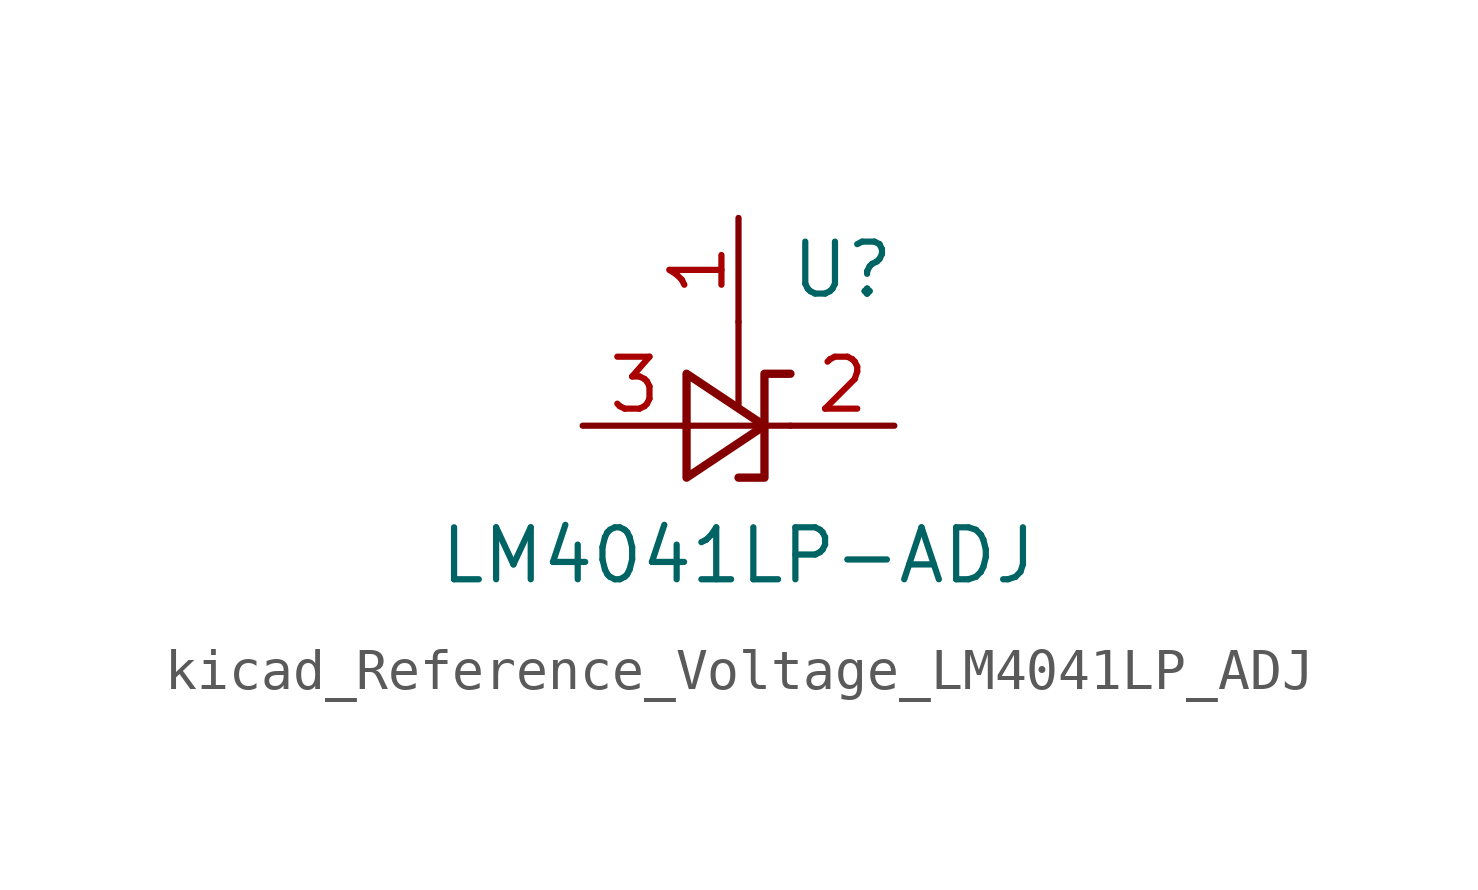
<source format=kicad_sym>
(kicad_symbol_lib
  (version 20220914)
  (generator kicad_symbol_editor)
  (symbol "kicad_Reference_Voltage_LM4041LP_ADJ"
    (pin_names
      (offset 0.025) hide)
    (property "Reference" "U"
      (at 2.54 3.81 0)
      (effects (font (size 1.27 1.27))))
    (property "Value" "LM4041LP-ADJ"
      (at 0 -3.175 0)
      (effects (font (size 1.27 1.27))))
    (symbol "kicad_Reference_Voltage_LM4041LP_ADJ_0_1"
      (polyline (pts (xy 0 2.54) (xy 0 0.508)) (stroke (width 0) (type default)) (fill (type none)))
      (polyline (pts (xy -1.27 0) (xy 0 0) (xy 1.27 0)) (stroke (width 0) (type default)) (fill (type none)))
      (polyline (pts (xy -1.27 -1.27) (xy 0.635 0) (xy -1.27 1.27) (xy -1.27 -1.27)) (stroke (width 0.203) (type default)) (fill (type none)))
      (polyline (pts (xy 0 -1.27) (xy 0.635 -1.27) (xy 0.635 1.27) (xy 1.27 1.27)) (stroke (width 0.203) (type default)) (fill (type none))))
    (symbol "kicad_Reference_Voltage_LM4041LP_ADJ_1_1"
      (pin input line (at 0 5.08 270) (length 2.54) (name "FB" (effects (font (size 1.27 1.27)))) (number "1" (effects (font (size 1.27 1.27)))))
      (pin passive line (at 3.81 0 180) (length 2.54) (name "K" (effects (font (size 1.27 1.27)))) (number "2" (effects (font (size 1.27 1.27)))))
      (pin passive line (at -3.81 0 0) (length 2.54) (name "A" (effects (font (size 1.27 1.27)))) (number "3" (effects (font (size 1.27 1.27))))))))
</source>
